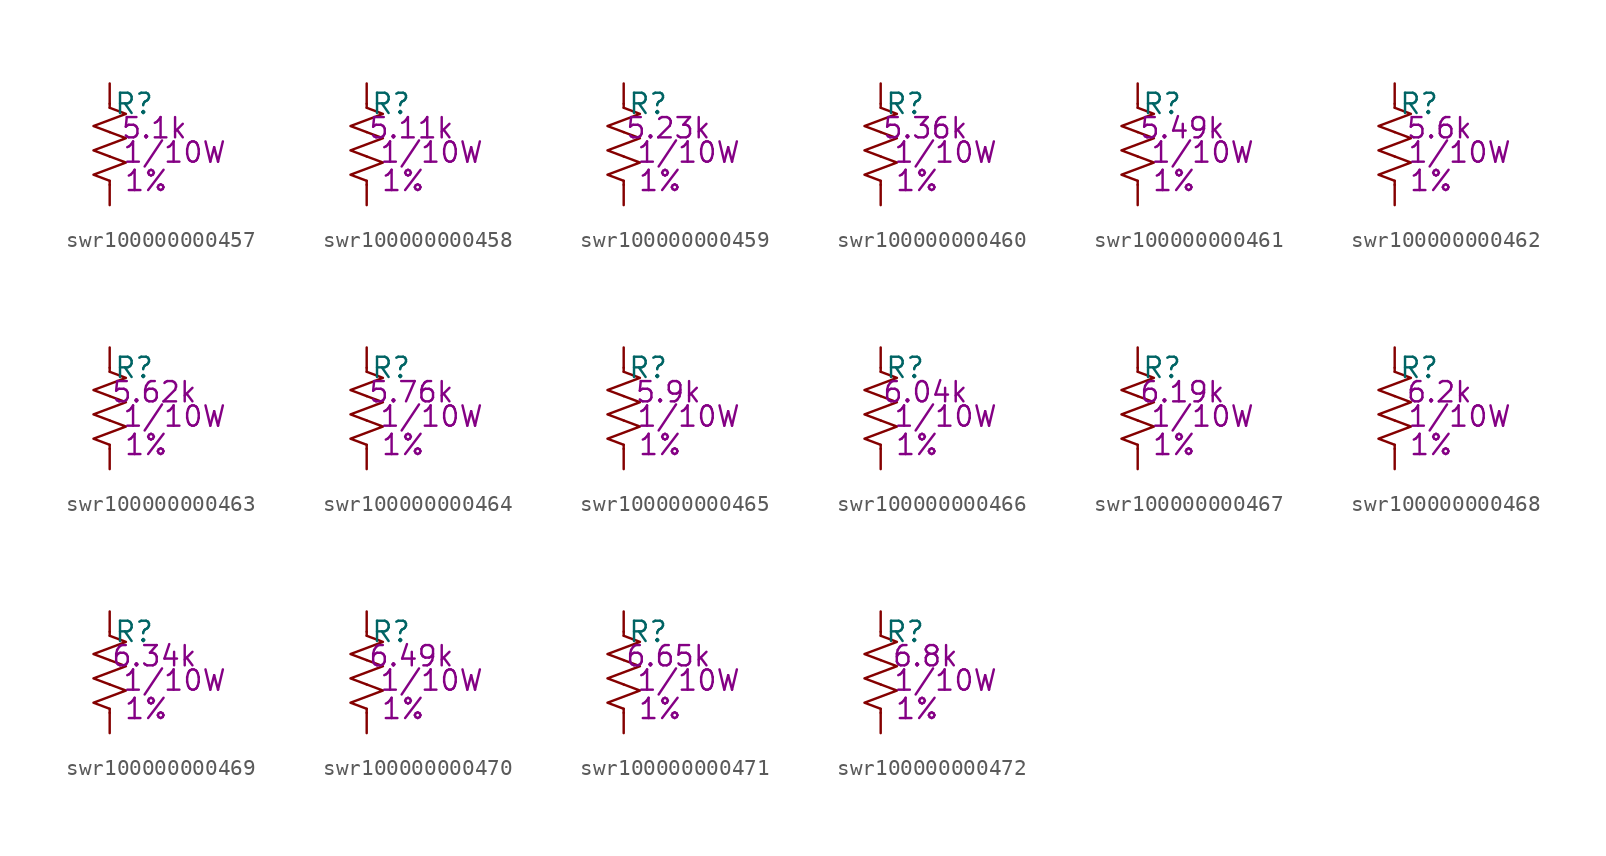
<source format=kicad_sym>
(kicad_symbol_lib
  (version 20211014)
  (generator kicad_symbol_editor)
  (symbol "swr100000000457"
    (pin_numbers hide)
    (pin_names
      (offset 1.016))
    (property "Reference" "R"
      (at 1.524 2.54 0)
      (effects (font (size 1.27 1.27))))
    (property "Tolerance" "1%"
      (at 2.286 -2.286 0)
      (effects (font (size 1.27 1.27))))
    (property "Wattage" "1/10W"
      (at 4.064 -0.508 0)
      (effects (font (size 1.27 1.27))))
    (property "PartValue" "5.1k"
      (at 2.794 1.016 0)
      (effects (font (size 1.27 1.27))))
    (symbol "swr100000000457_1_1"
      (polyline (pts (xy 0 -2.286) (xy 0 -2.54)) (stroke (width 0) (type default) (color 0 0 0 0)) (fill (type none)))
      (polyline (pts (xy 0 2.286) (xy 0 2.54)) (stroke (width 0) (type default) (color 0 0 0 0)) (fill (type none)))
      (polyline (pts (xy 0 -0.762) (xy 1.016 -1.143) (xy 0 -1.524) (xy -1.016 -1.905) (xy 0 -2.286)) (stroke (width 0) (type default) (color 0 0 0 0)) (fill (type none)))
      (polyline (pts (xy 0 0.762) (xy 1.016 0.381) (xy 0 0) (xy -1.016 -0.381) (xy 0 -0.762)) (stroke (width 0) (type default) (color 0 0 0 0)) (fill (type none)))
      (polyline (pts (xy 0 2.286) (xy 1.016 1.905) (xy 0 1.524) (xy -1.016 1.143) (xy 0 0.762)) (stroke (width 0) (type default) (color 0 0 0 0)) (fill (type none)))
      (pin passive line (at 0 3.81 270) (length 1.27) (name "~" (effects (font (size 1.27 1.27)))) (number "1" (effects (font (size 1.27 1.27)))))
      (pin passive line (at 0 -3.81 90) (length 1.27) (name "~" (effects (font (size 1.27 1.27)))) (number "2" (effects (font (size 1.27 1.27)))))))
  (symbol "swr100000000458"
    (pin_numbers hide)
    (pin_names
      (offset 1.016))
    (property "Reference" "R"
      (at 1.524 2.54 0)
      (effects (font (size 1.27 1.27))))
    (property "Tolerance" "1%"
      (at 2.286 -2.286 0)
      (effects (font (size 1.27 1.27))))
    (property "Wattage" "1/10W"
      (at 4.064 -0.508 0)
      (effects (font (size 1.27 1.27))))
    (property "PartValue" "5.11k"
      (at 2.794 1.016 0)
      (effects (font (size 1.27 1.27))))
    (symbol "swr100000000458_1_1"
      (polyline (pts (xy 0 -2.286) (xy 0 -2.54)) (stroke (width 0) (type default) (color 0 0 0 0)) (fill (type none)))
      (polyline (pts (xy 0 2.286) (xy 0 2.54)) (stroke (width 0) (type default) (color 0 0 0 0)) (fill (type none)))
      (polyline (pts (xy 0 -0.762) (xy 1.016 -1.143) (xy 0 -1.524) (xy -1.016 -1.905) (xy 0 -2.286)) (stroke (width 0) (type default) (color 0 0 0 0)) (fill (type none)))
      (polyline (pts (xy 0 0.762) (xy 1.016 0.381) (xy 0 0) (xy -1.016 -0.381) (xy 0 -0.762)) (stroke (width 0) (type default) (color 0 0 0 0)) (fill (type none)))
      (polyline (pts (xy 0 2.286) (xy 1.016 1.905) (xy 0 1.524) (xy -1.016 1.143) (xy 0 0.762)) (stroke (width 0) (type default) (color 0 0 0 0)) (fill (type none)))
      (pin passive line (at 0 3.81 270) (length 1.27) (name "~" (effects (font (size 1.27 1.27)))) (number "1" (effects (font (size 1.27 1.27)))))
      (pin passive line (at 0 -3.81 90) (length 1.27) (name "~" (effects (font (size 1.27 1.27)))) (number "2" (effects (font (size 1.27 1.27)))))))
  (symbol "swr100000000459"
    (pin_numbers hide)
    (pin_names
      (offset 1.016))
    (property "Reference" "R"
      (at 1.524 2.54 0)
      (effects (font (size 1.27 1.27))))
    (property "Tolerance" "1%"
      (at 2.286 -2.286 0)
      (effects (font (size 1.27 1.27))))
    (property "Wattage" "1/10W"
      (at 4.064 -0.508 0)
      (effects (font (size 1.27 1.27))))
    (property "PartValue" "5.23k"
      (at 2.794 1.016 0)
      (effects (font (size 1.27 1.27))))
    (symbol "swr100000000459_1_1"
      (polyline (pts (xy 0 -2.286) (xy 0 -2.54)) (stroke (width 0) (type default) (color 0 0 0 0)) (fill (type none)))
      (polyline (pts (xy 0 2.286) (xy 0 2.54)) (stroke (width 0) (type default) (color 0 0 0 0)) (fill (type none)))
      (polyline (pts (xy 0 -0.762) (xy 1.016 -1.143) (xy 0 -1.524) (xy -1.016 -1.905) (xy 0 -2.286)) (stroke (width 0) (type default) (color 0 0 0 0)) (fill (type none)))
      (polyline (pts (xy 0 0.762) (xy 1.016 0.381) (xy 0 0) (xy -1.016 -0.381) (xy 0 -0.762)) (stroke (width 0) (type default) (color 0 0 0 0)) (fill (type none)))
      (polyline (pts (xy 0 2.286) (xy 1.016 1.905) (xy 0 1.524) (xy -1.016 1.143) (xy 0 0.762)) (stroke (width 0) (type default) (color 0 0 0 0)) (fill (type none)))
      (pin passive line (at 0 3.81 270) (length 1.27) (name "~" (effects (font (size 1.27 1.27)))) (number "1" (effects (font (size 1.27 1.27)))))
      (pin passive line (at 0 -3.81 90) (length 1.27) (name "~" (effects (font (size 1.27 1.27)))) (number "2" (effects (font (size 1.27 1.27)))))))
  (symbol "swr100000000460"
    (pin_numbers hide)
    (pin_names
      (offset 1.016))
    (property "Reference" "R"
      (at 1.524 2.54 0)
      (effects (font (size 1.27 1.27))))
    (property "Tolerance" "1%"
      (at 2.286 -2.286 0)
      (effects (font (size 1.27 1.27))))
    (property "Wattage" "1/10W"
      (at 4.064 -0.508 0)
      (effects (font (size 1.27 1.27))))
    (property "PartValue" "5.36k"
      (at 2.794 1.016 0)
      (effects (font (size 1.27 1.27))))
    (symbol "swr100000000460_1_1"
      (polyline (pts (xy 0 -2.286) (xy 0 -2.54)) (stroke (width 0) (type default) (color 0 0 0 0)) (fill (type none)))
      (polyline (pts (xy 0 2.286) (xy 0 2.54)) (stroke (width 0) (type default) (color 0 0 0 0)) (fill (type none)))
      (polyline (pts (xy 0 -0.762) (xy 1.016 -1.143) (xy 0 -1.524) (xy -1.016 -1.905) (xy 0 -2.286)) (stroke (width 0) (type default) (color 0 0 0 0)) (fill (type none)))
      (polyline (pts (xy 0 0.762) (xy 1.016 0.381) (xy 0 0) (xy -1.016 -0.381) (xy 0 -0.762)) (stroke (width 0) (type default) (color 0 0 0 0)) (fill (type none)))
      (polyline (pts (xy 0 2.286) (xy 1.016 1.905) (xy 0 1.524) (xy -1.016 1.143) (xy 0 0.762)) (stroke (width 0) (type default) (color 0 0 0 0)) (fill (type none)))
      (pin passive line (at 0 3.81 270) (length 1.27) (name "~" (effects (font (size 1.27 1.27)))) (number "1" (effects (font (size 1.27 1.27)))))
      (pin passive line (at 0 -3.81 90) (length 1.27) (name "~" (effects (font (size 1.27 1.27)))) (number "2" (effects (font (size 1.27 1.27)))))))
  (symbol "swr100000000461"
    (pin_numbers hide)
    (pin_names
      (offset 1.016))
    (property "Reference" "R"
      (at 1.524 2.54 0)
      (effects (font (size 1.27 1.27))))
    (property "Tolerance" "1%"
      (at 2.286 -2.286 0)
      (effects (font (size 1.27 1.27))))
    (property "Wattage" "1/10W"
      (at 4.064 -0.508 0)
      (effects (font (size 1.27 1.27))))
    (property "PartValue" "5.49k"
      (at 2.794 1.016 0)
      (effects (font (size 1.27 1.27))))
    (symbol "swr100000000461_1_1"
      (polyline (pts (xy 0 -2.286) (xy 0 -2.54)) (stroke (width 0) (type default) (color 0 0 0 0)) (fill (type none)))
      (polyline (pts (xy 0 2.286) (xy 0 2.54)) (stroke (width 0) (type default) (color 0 0 0 0)) (fill (type none)))
      (polyline (pts (xy 0 -0.762) (xy 1.016 -1.143) (xy 0 -1.524) (xy -1.016 -1.905) (xy 0 -2.286)) (stroke (width 0) (type default) (color 0 0 0 0)) (fill (type none)))
      (polyline (pts (xy 0 0.762) (xy 1.016 0.381) (xy 0 0) (xy -1.016 -0.381) (xy 0 -0.762)) (stroke (width 0) (type default) (color 0 0 0 0)) (fill (type none)))
      (polyline (pts (xy 0 2.286) (xy 1.016 1.905) (xy 0 1.524) (xy -1.016 1.143) (xy 0 0.762)) (stroke (width 0) (type default) (color 0 0 0 0)) (fill (type none)))
      (pin passive line (at 0 3.81 270) (length 1.27) (name "~" (effects (font (size 1.27 1.27)))) (number "1" (effects (font (size 1.27 1.27)))))
      (pin passive line (at 0 -3.81 90) (length 1.27) (name "~" (effects (font (size 1.27 1.27)))) (number "2" (effects (font (size 1.27 1.27)))))))
  (symbol "swr100000000462"
    (pin_numbers hide)
    (pin_names
      (offset 1.016))
    (property "Reference" "R"
      (at 1.524 2.54 0)
      (effects (font (size 1.27 1.27))))
    (property "Tolerance" "1%"
      (at 2.286 -2.286 0)
      (effects (font (size 1.27 1.27))))
    (property "Wattage" "1/10W"
      (at 4.064 -0.508 0)
      (effects (font (size 1.27 1.27))))
    (property "PartValue" "5.6k"
      (at 2.794 1.016 0)
      (effects (font (size 1.27 1.27))))
    (symbol "swr100000000462_1_1"
      (polyline (pts (xy 0 -2.286) (xy 0 -2.54)) (stroke (width 0) (type default) (color 0 0 0 0)) (fill (type none)))
      (polyline (pts (xy 0 2.286) (xy 0 2.54)) (stroke (width 0) (type default) (color 0 0 0 0)) (fill (type none)))
      (polyline (pts (xy 0 -0.762) (xy 1.016 -1.143) (xy 0 -1.524) (xy -1.016 -1.905) (xy 0 -2.286)) (stroke (width 0) (type default) (color 0 0 0 0)) (fill (type none)))
      (polyline (pts (xy 0 0.762) (xy 1.016 0.381) (xy 0 0) (xy -1.016 -0.381) (xy 0 -0.762)) (stroke (width 0) (type default) (color 0 0 0 0)) (fill (type none)))
      (polyline (pts (xy 0 2.286) (xy 1.016 1.905) (xy 0 1.524) (xy -1.016 1.143) (xy 0 0.762)) (stroke (width 0) (type default) (color 0 0 0 0)) (fill (type none)))
      (pin passive line (at 0 3.81 270) (length 1.27) (name "~" (effects (font (size 1.27 1.27)))) (number "1" (effects (font (size 1.27 1.27)))))
      (pin passive line (at 0 -3.81 90) (length 1.27) (name "~" (effects (font (size 1.27 1.27)))) (number "2" (effects (font (size 1.27 1.27)))))))
  (symbol "swr100000000463"
    (pin_numbers hide)
    (pin_names
      (offset 1.016))
    (property "Reference" "R"
      (at 1.524 2.54 0)
      (effects (font (size 1.27 1.27))))
    (property "Tolerance" "1%"
      (at 2.286 -2.286 0)
      (effects (font (size 1.27 1.27))))
    (property "Wattage" "1/10W"
      (at 4.064 -0.508 0)
      (effects (font (size 1.27 1.27))))
    (property "PartValue" "5.62k"
      (at 2.794 1.016 0)
      (effects (font (size 1.27 1.27))))
    (symbol "swr100000000463_1_1"
      (polyline (pts (xy 0 -2.286) (xy 0 -2.54)) (stroke (width 0) (type default) (color 0 0 0 0)) (fill (type none)))
      (polyline (pts (xy 0 2.286) (xy 0 2.54)) (stroke (width 0) (type default) (color 0 0 0 0)) (fill (type none)))
      (polyline (pts (xy 0 -0.762) (xy 1.016 -1.143) (xy 0 -1.524) (xy -1.016 -1.905) (xy 0 -2.286)) (stroke (width 0) (type default) (color 0 0 0 0)) (fill (type none)))
      (polyline (pts (xy 0 0.762) (xy 1.016 0.381) (xy 0 0) (xy -1.016 -0.381) (xy 0 -0.762)) (stroke (width 0) (type default) (color 0 0 0 0)) (fill (type none)))
      (polyline (pts (xy 0 2.286) (xy 1.016 1.905) (xy 0 1.524) (xy -1.016 1.143) (xy 0 0.762)) (stroke (width 0) (type default) (color 0 0 0 0)) (fill (type none)))
      (pin passive line (at 0 3.81 270) (length 1.27) (name "~" (effects (font (size 1.27 1.27)))) (number "1" (effects (font (size 1.27 1.27)))))
      (pin passive line (at 0 -3.81 90) (length 1.27) (name "~" (effects (font (size 1.27 1.27)))) (number "2" (effects (font (size 1.27 1.27)))))))
  (symbol "swr100000000464"
    (pin_numbers hide)
    (pin_names
      (offset 1.016))
    (property "Reference" "R"
      (at 1.524 2.54 0)
      (effects (font (size 1.27 1.27))))
    (property "Tolerance" "1%"
      (at 2.286 -2.286 0)
      (effects (font (size 1.27 1.27))))
    (property "Wattage" "1/10W"
      (at 4.064 -0.508 0)
      (effects (font (size 1.27 1.27))))
    (property "PartValue" "5.76k"
      (at 2.794 1.016 0)
      (effects (font (size 1.27 1.27))))
    (symbol "swr100000000464_1_1"
      (polyline (pts (xy 0 -2.286) (xy 0 -2.54)) (stroke (width 0) (type default) (color 0 0 0 0)) (fill (type none)))
      (polyline (pts (xy 0 2.286) (xy 0 2.54)) (stroke (width 0) (type default) (color 0 0 0 0)) (fill (type none)))
      (polyline (pts (xy 0 -0.762) (xy 1.016 -1.143) (xy 0 -1.524) (xy -1.016 -1.905) (xy 0 -2.286)) (stroke (width 0) (type default) (color 0 0 0 0)) (fill (type none)))
      (polyline (pts (xy 0 0.762) (xy 1.016 0.381) (xy 0 0) (xy -1.016 -0.381) (xy 0 -0.762)) (stroke (width 0) (type default) (color 0 0 0 0)) (fill (type none)))
      (polyline (pts (xy 0 2.286) (xy 1.016 1.905) (xy 0 1.524) (xy -1.016 1.143) (xy 0 0.762)) (stroke (width 0) (type default) (color 0 0 0 0)) (fill (type none)))
      (pin passive line (at 0 3.81 270) (length 1.27) (name "~" (effects (font (size 1.27 1.27)))) (number "1" (effects (font (size 1.27 1.27)))))
      (pin passive line (at 0 -3.81 90) (length 1.27) (name "~" (effects (font (size 1.27 1.27)))) (number "2" (effects (font (size 1.27 1.27)))))))
  (symbol "swr100000000465"
    (pin_numbers hide)
    (pin_names
      (offset 1.016))
    (property "Reference" "R"
      (at 1.524 2.54 0)
      (effects (font (size 1.27 1.27))))
    (property "Tolerance" "1%"
      (at 2.286 -2.286 0)
      (effects (font (size 1.27 1.27))))
    (property "Wattage" "1/10W"
      (at 4.064 -0.508 0)
      (effects (font (size 1.27 1.27))))
    (property "PartValue" "5.9k"
      (at 2.794 1.016 0)
      (effects (font (size 1.27 1.27))))
    (symbol "swr100000000465_1_1"
      (polyline (pts (xy 0 -2.286) (xy 0 -2.54)) (stroke (width 0) (type default) (color 0 0 0 0)) (fill (type none)))
      (polyline (pts (xy 0 2.286) (xy 0 2.54)) (stroke (width 0) (type default) (color 0 0 0 0)) (fill (type none)))
      (polyline (pts (xy 0 -0.762) (xy 1.016 -1.143) (xy 0 -1.524) (xy -1.016 -1.905) (xy 0 -2.286)) (stroke (width 0) (type default) (color 0 0 0 0)) (fill (type none)))
      (polyline (pts (xy 0 0.762) (xy 1.016 0.381) (xy 0 0) (xy -1.016 -0.381) (xy 0 -0.762)) (stroke (width 0) (type default) (color 0 0 0 0)) (fill (type none)))
      (polyline (pts (xy 0 2.286) (xy 1.016 1.905) (xy 0 1.524) (xy -1.016 1.143) (xy 0 0.762)) (stroke (width 0) (type default) (color 0 0 0 0)) (fill (type none)))
      (pin passive line (at 0 3.81 270) (length 1.27) (name "~" (effects (font (size 1.27 1.27)))) (number "1" (effects (font (size 1.27 1.27)))))
      (pin passive line (at 0 -3.81 90) (length 1.27) (name "~" (effects (font (size 1.27 1.27)))) (number "2" (effects (font (size 1.27 1.27)))))))
  (symbol "swr100000000466"
    (pin_numbers hide)
    (pin_names
      (offset 1.016))
    (property "Reference" "R"
      (at 1.524 2.54 0)
      (effects (font (size 1.27 1.27))))
    (property "Tolerance" "1%"
      (at 2.286 -2.286 0)
      (effects (font (size 1.27 1.27))))
    (property "Wattage" "1/10W"
      (at 4.064 -0.508 0)
      (effects (font (size 1.27 1.27))))
    (property "PartValue" "6.04k"
      (at 2.794 1.016 0)
      (effects (font (size 1.27 1.27))))
    (symbol "swr100000000466_1_1"
      (polyline (pts (xy 0 -2.286) (xy 0 -2.54)) (stroke (width 0) (type default) (color 0 0 0 0)) (fill (type none)))
      (polyline (pts (xy 0 2.286) (xy 0 2.54)) (stroke (width 0) (type default) (color 0 0 0 0)) (fill (type none)))
      (polyline (pts (xy 0 -0.762) (xy 1.016 -1.143) (xy 0 -1.524) (xy -1.016 -1.905) (xy 0 -2.286)) (stroke (width 0) (type default) (color 0 0 0 0)) (fill (type none)))
      (polyline (pts (xy 0 0.762) (xy 1.016 0.381) (xy 0 0) (xy -1.016 -0.381) (xy 0 -0.762)) (stroke (width 0) (type default) (color 0 0 0 0)) (fill (type none)))
      (polyline (pts (xy 0 2.286) (xy 1.016 1.905) (xy 0 1.524) (xy -1.016 1.143) (xy 0 0.762)) (stroke (width 0) (type default) (color 0 0 0 0)) (fill (type none)))
      (pin passive line (at 0 3.81 270) (length 1.27) (name "~" (effects (font (size 1.27 1.27)))) (number "1" (effects (font (size 1.27 1.27)))))
      (pin passive line (at 0 -3.81 90) (length 1.27) (name "~" (effects (font (size 1.27 1.27)))) (number "2" (effects (font (size 1.27 1.27)))))))
  (symbol "swr100000000467"
    (pin_numbers hide)
    (pin_names
      (offset 1.016))
    (property "Reference" "R"
      (at 1.524 2.54 0)
      (effects (font (size 1.27 1.27))))
    (property "Tolerance" "1%"
      (at 2.286 -2.286 0)
      (effects (font (size 1.27 1.27))))
    (property "Wattage" "1/10W"
      (at 4.064 -0.508 0)
      (effects (font (size 1.27 1.27))))
    (property "PartValue" "6.19k"
      (at 2.794 1.016 0)
      (effects (font (size 1.27 1.27))))
    (symbol "swr100000000467_1_1"
      (polyline (pts (xy 0 -2.286) (xy 0 -2.54)) (stroke (width 0) (type default) (color 0 0 0 0)) (fill (type none)))
      (polyline (pts (xy 0 2.286) (xy 0 2.54)) (stroke (width 0) (type default) (color 0 0 0 0)) (fill (type none)))
      (polyline (pts (xy 0 -0.762) (xy 1.016 -1.143) (xy 0 -1.524) (xy -1.016 -1.905) (xy 0 -2.286)) (stroke (width 0) (type default) (color 0 0 0 0)) (fill (type none)))
      (polyline (pts (xy 0 0.762) (xy 1.016 0.381) (xy 0 0) (xy -1.016 -0.381) (xy 0 -0.762)) (stroke (width 0) (type default) (color 0 0 0 0)) (fill (type none)))
      (polyline (pts (xy 0 2.286) (xy 1.016 1.905) (xy 0 1.524) (xy -1.016 1.143) (xy 0 0.762)) (stroke (width 0) (type default) (color 0 0 0 0)) (fill (type none)))
      (pin passive line (at 0 3.81 270) (length 1.27) (name "~" (effects (font (size 1.27 1.27)))) (number "1" (effects (font (size 1.27 1.27)))))
      (pin passive line (at 0 -3.81 90) (length 1.27) (name "~" (effects (font (size 1.27 1.27)))) (number "2" (effects (font (size 1.27 1.27)))))))
  (symbol "swr100000000468"
    (pin_numbers hide)
    (pin_names
      (offset 1.016))
    (property "Reference" "R"
      (at 1.524 2.54 0)
      (effects (font (size 1.27 1.27))))
    (property "Tolerance" "1%"
      (at 2.286 -2.286 0)
      (effects (font (size 1.27 1.27))))
    (property "Wattage" "1/10W"
      (at 4.064 -0.508 0)
      (effects (font (size 1.27 1.27))))
    (property "PartValue" "6.2k"
      (at 2.794 1.016 0)
      (effects (font (size 1.27 1.27))))
    (symbol "swr100000000468_1_1"
      (polyline (pts (xy 0 -2.286) (xy 0 -2.54)) (stroke (width 0) (type default) (color 0 0 0 0)) (fill (type none)))
      (polyline (pts (xy 0 2.286) (xy 0 2.54)) (stroke (width 0) (type default) (color 0 0 0 0)) (fill (type none)))
      (polyline (pts (xy 0 -0.762) (xy 1.016 -1.143) (xy 0 -1.524) (xy -1.016 -1.905) (xy 0 -2.286)) (stroke (width 0) (type default) (color 0 0 0 0)) (fill (type none)))
      (polyline (pts (xy 0 0.762) (xy 1.016 0.381) (xy 0 0) (xy -1.016 -0.381) (xy 0 -0.762)) (stroke (width 0) (type default) (color 0 0 0 0)) (fill (type none)))
      (polyline (pts (xy 0 2.286) (xy 1.016 1.905) (xy 0 1.524) (xy -1.016 1.143) (xy 0 0.762)) (stroke (width 0) (type default) (color 0 0 0 0)) (fill (type none)))
      (pin passive line (at 0 3.81 270) (length 1.27) (name "~" (effects (font (size 1.27 1.27)))) (number "1" (effects (font (size 1.27 1.27)))))
      (pin passive line (at 0 -3.81 90) (length 1.27) (name "~" (effects (font (size 1.27 1.27)))) (number "2" (effects (font (size 1.27 1.27)))))))
  (symbol "swr100000000469"
    (pin_numbers hide)
    (pin_names
      (offset 1.016))
    (property "Reference" "R"
      (at 1.524 2.54 0)
      (effects (font (size 1.27 1.27))))
    (property "Tolerance" "1%"
      (at 2.286 -2.286 0)
      (effects (font (size 1.27 1.27))))
    (property "Wattage" "1/10W"
      (at 4.064 -0.508 0)
      (effects (font (size 1.27 1.27))))
    (property "PartValue" "6.34k"
      (at 2.794 1.016 0)
      (effects (font (size 1.27 1.27))))
    (symbol "swr100000000469_1_1"
      (polyline (pts (xy 0 -2.286) (xy 0 -2.54)) (stroke (width 0) (type default) (color 0 0 0 0)) (fill (type none)))
      (polyline (pts (xy 0 2.286) (xy 0 2.54)) (stroke (width 0) (type default) (color 0 0 0 0)) (fill (type none)))
      (polyline (pts (xy 0 -0.762) (xy 1.016 -1.143) (xy 0 -1.524) (xy -1.016 -1.905) (xy 0 -2.286)) (stroke (width 0) (type default) (color 0 0 0 0)) (fill (type none)))
      (polyline (pts (xy 0 0.762) (xy 1.016 0.381) (xy 0 0) (xy -1.016 -0.381) (xy 0 -0.762)) (stroke (width 0) (type default) (color 0 0 0 0)) (fill (type none)))
      (polyline (pts (xy 0 2.286) (xy 1.016 1.905) (xy 0 1.524) (xy -1.016 1.143) (xy 0 0.762)) (stroke (width 0) (type default) (color 0 0 0 0)) (fill (type none)))
      (pin passive line (at 0 3.81 270) (length 1.27) (name "~" (effects (font (size 1.27 1.27)))) (number "1" (effects (font (size 1.27 1.27)))))
      (pin passive line (at 0 -3.81 90) (length 1.27) (name "~" (effects (font (size 1.27 1.27)))) (number "2" (effects (font (size 1.27 1.27)))))))
  (symbol "swr100000000470"
    (pin_numbers hide)
    (pin_names
      (offset 1.016))
    (property "Reference" "R"
      (at 1.524 2.54 0)
      (effects (font (size 1.27 1.27))))
    (property "Tolerance" "1%"
      (at 2.286 -2.286 0)
      (effects (font (size 1.27 1.27))))
    (property "Wattage" "1/10W"
      (at 4.064 -0.508 0)
      (effects (font (size 1.27 1.27))))
    (property "PartValue" "6.49k"
      (at 2.794 1.016 0)
      (effects (font (size 1.27 1.27))))
    (symbol "swr100000000470_1_1"
      (polyline (pts (xy 0 -2.286) (xy 0 -2.54)) (stroke (width 0) (type default) (color 0 0 0 0)) (fill (type none)))
      (polyline (pts (xy 0 2.286) (xy 0 2.54)) (stroke (width 0) (type default) (color 0 0 0 0)) (fill (type none)))
      (polyline (pts (xy 0 -0.762) (xy 1.016 -1.143) (xy 0 -1.524) (xy -1.016 -1.905) (xy 0 -2.286)) (stroke (width 0) (type default) (color 0 0 0 0)) (fill (type none)))
      (polyline (pts (xy 0 0.762) (xy 1.016 0.381) (xy 0 0) (xy -1.016 -0.381) (xy 0 -0.762)) (stroke (width 0) (type default) (color 0 0 0 0)) (fill (type none)))
      (polyline (pts (xy 0 2.286) (xy 1.016 1.905) (xy 0 1.524) (xy -1.016 1.143) (xy 0 0.762)) (stroke (width 0) (type default) (color 0 0 0 0)) (fill (type none)))
      (pin passive line (at 0 3.81 270) (length 1.27) (name "~" (effects (font (size 1.27 1.27)))) (number "1" (effects (font (size 1.27 1.27)))))
      (pin passive line (at 0 -3.81 90) (length 1.27) (name "~" (effects (font (size 1.27 1.27)))) (number "2" (effects (font (size 1.27 1.27)))))))
  (symbol "swr100000000471"
    (pin_numbers hide)
    (pin_names
      (offset 1.016))
    (property "Reference" "R"
      (at 1.524 2.54 0)
      (effects (font (size 1.27 1.27))))
    (property "Tolerance" "1%"
      (at 2.286 -2.286 0)
      (effects (font (size 1.27 1.27))))
    (property "Wattage" "1/10W"
      (at 4.064 -0.508 0)
      (effects (font (size 1.27 1.27))))
    (property "PartValue" "6.65k"
      (at 2.794 1.016 0)
      (effects (font (size 1.27 1.27))))
    (symbol "swr100000000471_1_1"
      (polyline (pts (xy 0 -2.286) (xy 0 -2.54)) (stroke (width 0) (type default) (color 0 0 0 0)) (fill (type none)))
      (polyline (pts (xy 0 2.286) (xy 0 2.54)) (stroke (width 0) (type default) (color 0 0 0 0)) (fill (type none)))
      (polyline (pts (xy 0 -0.762) (xy 1.016 -1.143) (xy 0 -1.524) (xy -1.016 -1.905) (xy 0 -2.286)) (stroke (width 0) (type default) (color 0 0 0 0)) (fill (type none)))
      (polyline (pts (xy 0 0.762) (xy 1.016 0.381) (xy 0 0) (xy -1.016 -0.381) (xy 0 -0.762)) (stroke (width 0) (type default) (color 0 0 0 0)) (fill (type none)))
      (polyline (pts (xy 0 2.286) (xy 1.016 1.905) (xy 0 1.524) (xy -1.016 1.143) (xy 0 0.762)) (stroke (width 0) (type default) (color 0 0 0 0)) (fill (type none)))
      (pin passive line (at 0 3.81 270) (length 1.27) (name "~" (effects (font (size 1.27 1.27)))) (number "1" (effects (font (size 1.27 1.27)))))
      (pin passive line (at 0 -3.81 90) (length 1.27) (name "~" (effects (font (size 1.27 1.27)))) (number "2" (effects (font (size 1.27 1.27)))))))
  (symbol "swr100000000472"
    (pin_numbers hide)
    (pin_names
      (offset 1.016))
    (property "Reference" "R"
      (at 1.524 2.54 0)
      (effects (font (size 1.27 1.27))))
    (property "Tolerance" "1%"
      (at 2.286 -2.286 0)
      (effects (font (size 1.27 1.27))))
    (property "Wattage" "1/10W"
      (at 4.064 -0.508 0)
      (effects (font (size 1.27 1.27))))
    (property "PartValue" "6.8k"
      (at 2.794 1.016 0)
      (effects (font (size 1.27 1.27))))
    (symbol "swr100000000472_1_1"
      (polyline (pts (xy 0 -2.286) (xy 0 -2.54)) (stroke (width 0) (type default) (color 0 0 0 0)) (fill (type none)))
      (polyline (pts (xy 0 2.286) (xy 0 2.54)) (stroke (width 0) (type default) (color 0 0 0 0)) (fill (type none)))
      (polyline (pts (xy 0 -0.762) (xy 1.016 -1.143) (xy 0 -1.524) (xy -1.016 -1.905) (xy 0 -2.286)) (stroke (width 0) (type default) (color 0 0 0 0)) (fill (type none)))
      (polyline (pts (xy 0 0.762) (xy 1.016 0.381) (xy 0 0) (xy -1.016 -0.381) (xy 0 -0.762)) (stroke (width 0) (type default) (color 0 0 0 0)) (fill (type none)))
      (polyline (pts (xy 0 2.286) (xy 1.016 1.905) (xy 0 1.524) (xy -1.016 1.143) (xy 0 0.762)) (stroke (width 0) (type default) (color 0 0 0 0)) (fill (type none)))
      (pin passive line (at 0 3.81 270) (length 1.27) (name "~" (effects (font (size 1.27 1.27)))) (number "1" (effects (font (size 1.27 1.27)))))
      (pin passive line (at 0 -3.81 90) (length 1.27) (name "~" (effects (font (size 1.27 1.27)))) (number "2" (effects (font (size 1.27 1.27))))))))
</source>
